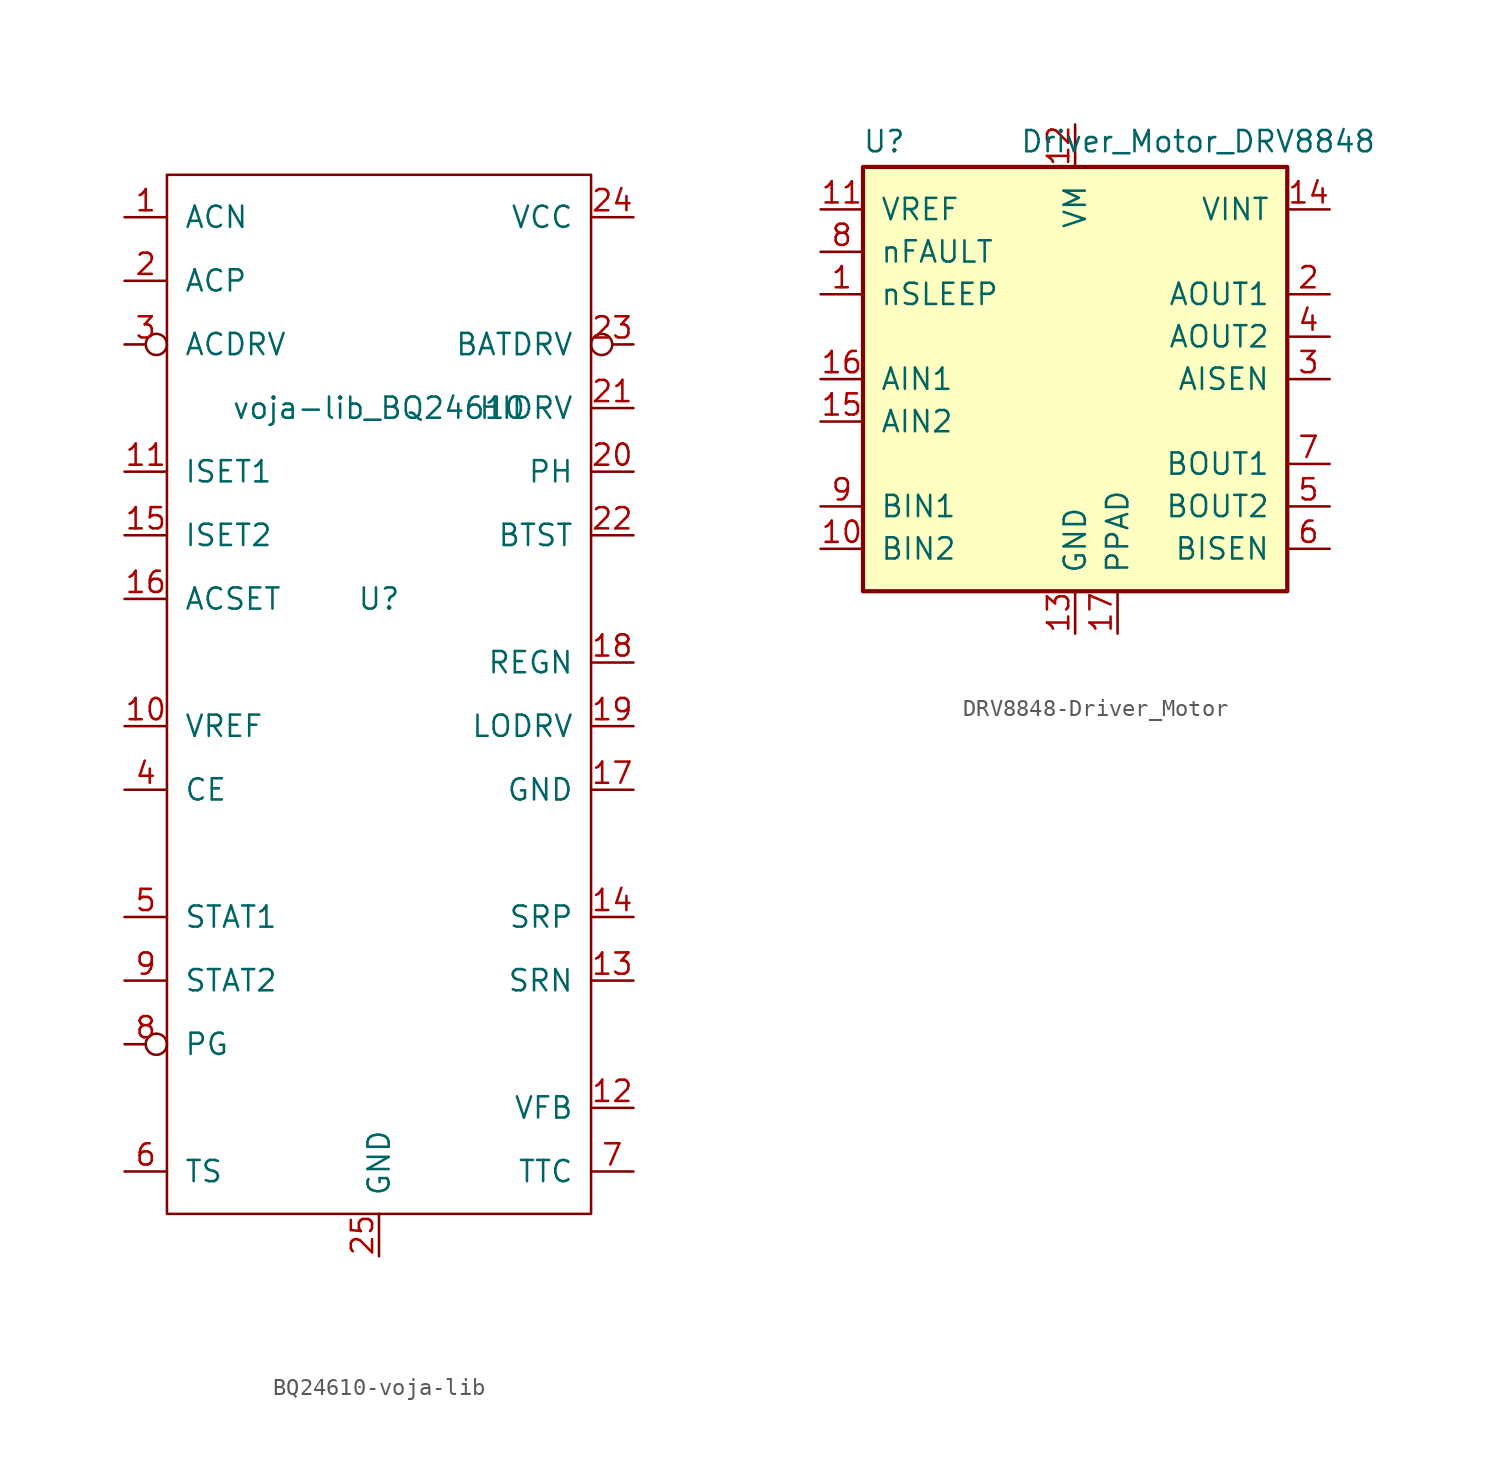
<source format=kicad_sym>
(kicad_symbol_lib
  (version 20231120)
  (generator "kicad_symbol_editor")
  (generator_version "8.0")
  (symbol "BQ24610-voja-lib"
    (pin_names
      (offset 1.016))
    (property "Reference" "U"
      (at 0 0 0)
      (effects (font (size 1.27 1.27))))
    (property "Value" "voja-lib_BQ24610"
      (at 0 11.43 0)
      (effects (font (size 1.27 1.27))))
    (symbol "BQ24610-voja-lib_0_1"
      (rectangle (start -12.7 25.4) (end 12.7 -36.83) (stroke (width 0) (type solid)) (fill (type none))))
    (symbol "BQ24610-voja-lib_1_1"
      (pin input line (at -15.24 22.86 0) (length 2.54) (name "ACN" (effects (font (size 1.27 1.27)))) (number "1" (effects (font (size 1.27 1.27)))))
      (pin output line (at -15.24 -7.62 0) (length 2.54) (name "VREF" (effects (font (size 1.27 1.27)))) (number "10" (effects (font (size 1.27 1.27)))))
      (pin output line (at -15.24 7.62 0) (length 2.54) (name "ISET1" (effects (font (size 1.27 1.27)))) (number "11" (effects (font (size 1.27 1.27)))))
      (pin output line (at 15.24 -30.48 180) (length 2.54) (name "VFB" (effects (font (size 1.27 1.27)))) (number "12" (effects (font (size 1.27 1.27)))))
      (pin input line (at 15.24 -22.86 180) (length 2.54) (name "SRN" (effects (font (size 1.27 1.27)))) (number "13" (effects (font (size 1.27 1.27)))))
      (pin input line (at 15.24 -19.05 180) (length 2.54) (name "SRP" (effects (font (size 1.27 1.27)))) (number "14" (effects (font (size 1.27 1.27)))))
      (pin input line (at -15.24 3.81 0) (length 2.54) (name "ISET2" (effects (font (size 1.27 1.27)))) (number "15" (effects (font (size 1.27 1.27)))))
      (pin input line (at -15.24 0 0) (length 2.54) (name "ACSET" (effects (font (size 1.27 1.27)))) (number "16" (effects (font (size 1.27 1.27)))))
      (pin input line (at 15.24 -11.43 180) (length 2.54) (name "GND" (effects (font (size 1.27 1.27)))) (number "17" (effects (font (size 1.27 1.27)))))
      (pin output line (at 15.24 -3.81 180) (length 2.54) (name "REGN" (effects (font (size 1.27 1.27)))) (number "18" (effects (font (size 1.27 1.27)))))
      (pin output line (at 15.24 -7.62 180) (length 2.54) (name "LODRV" (effects (font (size 1.27 1.27)))) (number "19" (effects (font (size 1.27 1.27)))))
      (pin input line (at -15.24 19.05 0) (length 2.54) (name "ACP" (effects (font (size 1.27 1.27)))) (number "2" (effects (font (size 1.27 1.27)))))
      (pin output line (at 15.24 7.62 180) (length 2.54) (name "PH" (effects (font (size 1.27 1.27)))) (number "20" (effects (font (size 1.27 1.27)))))
      (pin output line (at 15.24 11.43 180) (length 2.54) (name "HIDRV" (effects (font (size 1.27 1.27)))) (number "21" (effects (font (size 1.27 1.27)))))
      (pin output line (at 15.24 3.81 180) (length 2.54) (name "BTST" (effects (font (size 1.27 1.27)))) (number "22" (effects (font (size 1.27 1.27)))))
      (pin output inverted (at 15.24 15.24 180) (length 2.54) (name "BATDRV" (effects (font (size 1.27 1.27)))) (number "23" (effects (font (size 1.27 1.27)))))
      (pin input line (at 15.24 22.86 180) (length 2.54) (name "VCC" (effects (font (size 1.27 1.27)))) (number "24" (effects (font (size 1.27 1.27)))))
      (pin input line (at 0 -39.37 90) (length 2.54) (name "GND" (effects (font (size 1.27 1.27)))) (number "25" (effects (font (size 1.27 1.27)))))
      (pin output inverted (at -15.24 15.24 0) (length 2.54) (name "ACDRV" (effects (font (size 1.27 1.27)))) (number "3" (effects (font (size 1.27 1.27)))))
      (pin input line (at -15.24 -11.43 0) (length 2.54) (name "CE" (effects (font (size 1.27 1.27)))) (number "4" (effects (font (size 1.27 1.27)))))
      (pin output line (at -15.24 -19.05 0) (length 2.54) (name "STAT1" (effects (font (size 1.27 1.27)))) (number "5" (effects (font (size 1.27 1.27)))))
      (pin input line (at -15.24 -34.29 0) (length 2.54) (name "TS" (effects (font (size 1.27 1.27)))) (number "6" (effects (font (size 1.27 1.27)))))
      (pin input line (at 15.24 -34.29 180) (length 2.54) (name "TTC" (effects (font (size 1.27 1.27)))) (number "7" (effects (font (size 1.27 1.27)))))
      (pin output inverted (at -15.24 -26.67 0) (length 2.54) (name "PG" (effects (font (size 1.27 1.27)))) (number "8" (effects (font (size 1.27 1.27)))))
      (pin output line (at -15.24 -22.86 0) (length 2.54) (name "STAT2" (effects (font (size 1.27 1.27)))) (number "9" (effects (font (size 1.27 1.27)))))))
  (symbol "DRV8848-Driver_Motor"
    (pin_names
      (offset 1.016))
    (property "Reference" "U"
      (at -11.43 14.224 0)
      (effects (font (size 1.27 1.27))))
    (property "Value" "Driver_Motor_DRV8848"
      (at 7.366 14.224 0)
      (effects (font (size 1.27 1.27))))
    (symbol "DRV8848-Driver_Motor_0_1"
      (rectangle (start -12.7 12.7) (end 12.7 -12.7) (stroke (width 0.254) (type solid)) (fill (type background))))
    (symbol "DRV8848-Driver_Motor_1_1"
      (pin input line (at -15.24 5.08 0) (length 2.54) (name "nSLEEP" (effects (font (size 1.27 1.27)))) (number "1" (effects (font (size 1.27 1.27)))))
      (pin input line (at -15.24 -10.16 0) (length 2.54) (name "BIN2" (effects (font (size 1.27 1.27)))) (number "10" (effects (font (size 1.27 1.27)))))
      (pin input line (at -15.24 10.16 0) (length 2.54) (name "VREF" (effects (font (size 1.27 1.27)))) (number "11" (effects (font (size 1.27 1.27)))))
      (pin power_in line (at 0 15.24 270) (length 2.54) (name "VM" (effects (font (size 1.27 1.27)))) (number "12" (effects (font (size 1.27 1.27)))))
      (pin power_in line (at 0 -15.24 90) (length 2.54) (name "GND" (effects (font (size 1.27 1.27)))) (number "13" (effects (font (size 1.27 1.27)))))
      (pin passive line (at 15.24 10.16 180) (length 2.54) (name "VINT" (effects (font (size 1.27 1.27)))) (number "14" (effects (font (size 1.27 1.27)))))
      (pin input line (at -15.24 -2.54 0) (length 2.54) (name "AIN2" (effects (font (size 1.27 1.27)))) (number "15" (effects (font (size 1.27 1.27)))))
      (pin input line (at -15.24 0 0) (length 2.54) (name "AIN1" (effects (font (size 1.27 1.27)))) (number "16" (effects (font (size 1.27 1.27)))))
      (pin power_in line (at 2.54 -15.24 90) (length 2.54) (name "PPAD" (effects (font (size 1.27 1.27)))) (number "17" (effects (font (size 1.27 1.27)))))
      (pin output line (at 15.24 5.08 180) (length 2.54) (name "AOUT1" (effects (font (size 1.27 1.27)))) (number "2" (effects (font (size 1.27 1.27)))))
      (pin passive line (at 15.24 0 180) (length 2.54) (name "AISEN" (effects (font (size 1.27 1.27)))) (number "3" (effects (font (size 1.27 1.27)))))
      (pin output line (at 15.24 2.54 180) (length 2.54) (name "AOUT2" (effects (font (size 1.27 1.27)))) (number "4" (effects (font (size 1.27 1.27)))))
      (pin output line (at 15.24 -7.62 180) (length 2.54) (name "BOUT2" (effects (font (size 1.27 1.27)))) (number "5" (effects (font (size 1.27 1.27)))))
      (pin passive line (at 15.24 -10.16 180) (length 2.54) (name "BISEN" (effects (font (size 1.27 1.27)))) (number "6" (effects (font (size 1.27 1.27)))))
      (pin output line (at 15.24 -5.08 180) (length 2.54) (name "BOUT1" (effects (font (size 1.27 1.27)))) (number "7" (effects (font (size 1.27 1.27)))))
      (pin open_collector line (at -15.24 7.62 0) (length 2.54) (name "nFAULT" (effects (font (size 1.27 1.27)))) (number "8" (effects (font (size 1.27 1.27)))))
      (pin input line (at -15.24 -7.62 0) (length 2.54) (name "BIN1" (effects (font (size 1.27 1.27)))) (number "9" (effects (font (size 1.27 1.27))))))))
</source>
